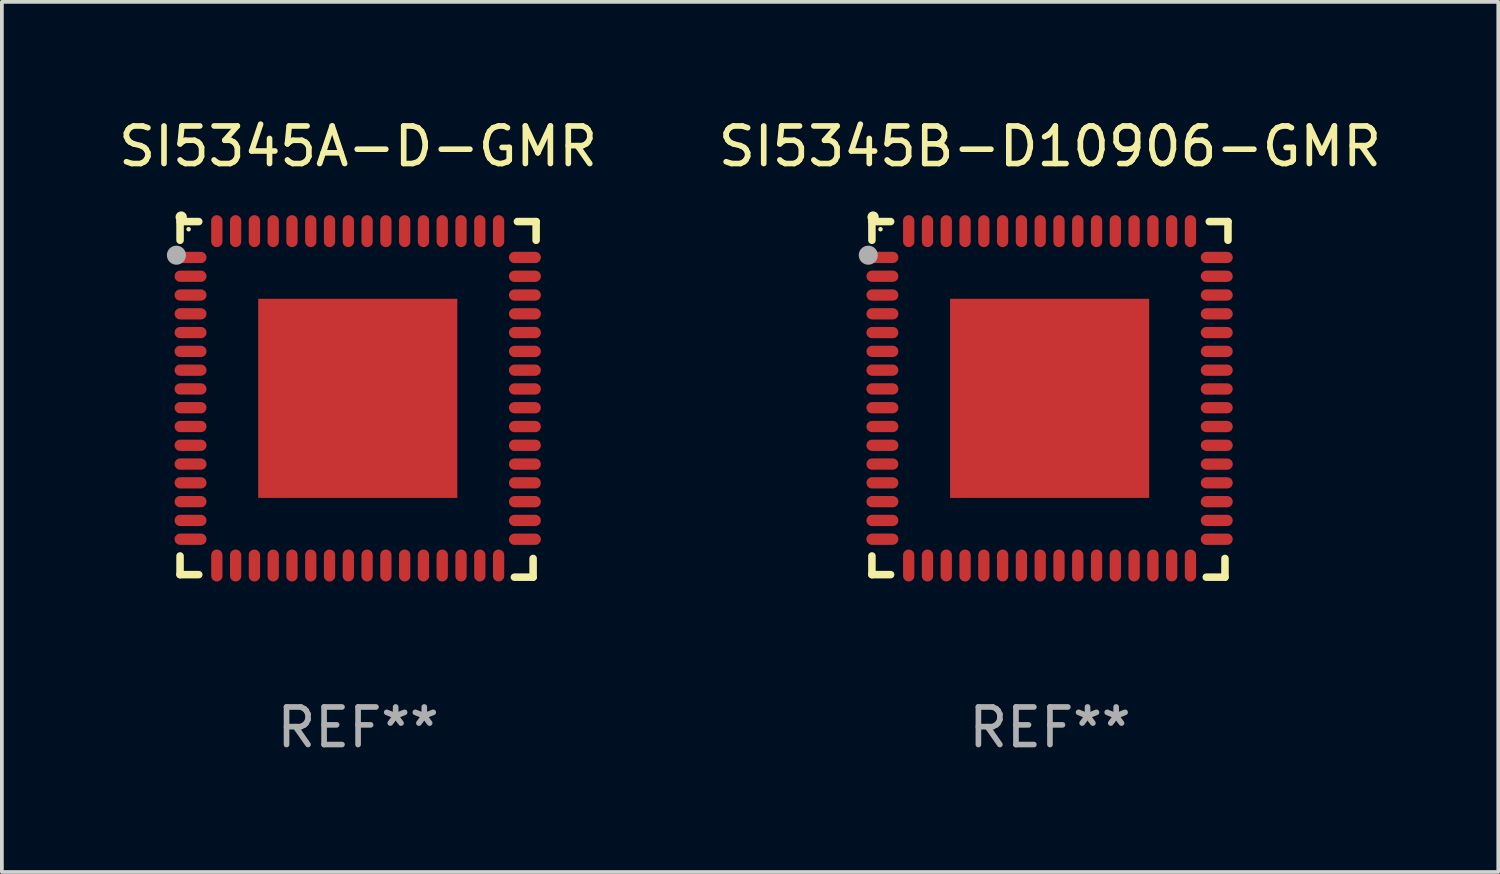
<source format=kicad_pcb>
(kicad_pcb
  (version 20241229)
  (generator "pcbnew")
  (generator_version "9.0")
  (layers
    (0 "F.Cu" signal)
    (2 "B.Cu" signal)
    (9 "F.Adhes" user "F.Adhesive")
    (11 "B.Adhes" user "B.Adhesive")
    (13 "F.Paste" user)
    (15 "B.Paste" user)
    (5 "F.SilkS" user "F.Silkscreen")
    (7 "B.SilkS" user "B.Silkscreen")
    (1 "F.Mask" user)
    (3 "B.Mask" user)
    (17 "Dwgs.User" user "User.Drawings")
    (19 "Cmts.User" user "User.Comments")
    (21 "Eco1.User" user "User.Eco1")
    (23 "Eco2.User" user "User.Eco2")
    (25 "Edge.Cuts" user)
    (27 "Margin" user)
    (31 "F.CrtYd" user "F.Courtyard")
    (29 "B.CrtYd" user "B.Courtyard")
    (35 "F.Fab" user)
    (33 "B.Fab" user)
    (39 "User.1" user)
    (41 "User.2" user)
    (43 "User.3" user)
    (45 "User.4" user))
  (footprint "SI5345B-D10906-GMR"
    (layer "F.Cu")
    (at 24.899 7.581)
    (property "Reference" "SI5345B-D10906-GMR" (at 0 -6.733 0) (layer "F.SilkS") (effects (font (size 1 1) (thickness 0.15))))
    (attr through_hole)
    (fp_line (start -4.739 -4.733) (end -4.241 -4.733) (stroke (width 0.2) (type solid)) (layer "F.SilkS"))
    (fp_line (start -4.739 -4.235) (end -4.739 -4.733) (stroke (width 0.2) (type solid)) (layer "F.SilkS"))
    (fp_line (start -4.739 4.168) (end -4.739 4.665) (stroke (width 0.2) (type solid)) (layer "F.SilkS"))
    (fp_line (start -4.739 4.665) (end -4.241 4.665) (stroke (width 0.2) (type solid)) (layer "F.SilkS"))
    (fp_line (start 4.161 4.733) (end 4.659 4.733) (stroke (width 0.2) (type solid)) (layer "F.SilkS"))
    (fp_line (start 4.241 -4.733) (end 4.739 -4.733) (stroke (width 0.2) (type solid)) (layer "F.SilkS"))
    (fp_line (start 4.659 4.733) (end 4.659 4.235) (stroke (width 0.2) (type solid)) (layer "F.SilkS"))
    (fp_line (start 4.739 -4.733) (end 4.739 -4.235) (stroke (width 0.2) (type solid)) (layer "F.SilkS"))
    (fp_arc (start -4.708623 -4.85108) (mid -4.708628 -4.85235) (end -4.708623 -4.85362) (stroke (width 0.3) (type solid)) (layer "F.SilkS"))
    (fp_circle (center -4.511 -4.529) (end -4.481 -4.529) (stroke (width 0.06) (type solid)) (fill no) (layer "F.SilkS"))
    (fp_circle (center -4.836 -3.838) (end -4.709 -3.838) (stroke (width 0.254) (type solid)) (fill no) (layer "F.Fab"))
    (fp_text user "REF**" (at 0 8.733 0) (layer "F.Fab") (effects (font (size 1 1) (thickness 0.15))))
    (pad "1" smd oval (at -4.46 -3.778) (size 0.85 0.3) (layers "F.Cu" "F.Mask" "F.Paste"))
    (pad "2" smd oval (at -4.46 -3.278) (size 0.85 0.3) (layers "F.Cu" "F.Mask" "F.Paste"))
    (pad "3" smd oval (at -4.46 -2.778) (size 0.85 0.3) (layers "F.Cu" "F.Mask" "F.Paste"))
    (pad "4" smd oval (at -4.46 -2.278) (size 0.85 0.3) (layers "F.Cu" "F.Mask" "F.Paste"))
    (pad "5" smd oval (at -4.46 -1.778) (size 0.85 0.3) (layers "F.Cu" "F.Mask" "F.Paste"))
    (pad "6" smd oval (at -4.46 -1.278) (size 0.85 0.3) (layers "F.Cu" "F.Mask" "F.Paste"))
    (pad "7" smd oval (at -4.46 -0.778) (size 0.85 0.3) (layers "F.Cu" "F.Mask" "F.Paste"))
    (pad "8" smd oval (at -4.46 -0.278) (size 0.85 0.3) (layers "F.Cu" "F.Mask" "F.Paste"))
    (pad "9" smd oval (at -4.46 0.222) (size 0.85 0.3) (layers "F.Cu" "F.Mask" "F.Paste"))
    (pad "10" smd oval (at -4.46 0.722) (size 0.85 0.3) (layers "F.Cu" "F.Mask" "F.Paste"))
    (pad "11" smd oval (at -4.46 1.222) (size 0.85 0.3) (layers "F.Cu" "F.Mask" "F.Paste"))
    (pad "12" smd oval (at -4.46 1.722) (size 0.85 0.3) (layers "F.Cu" "F.Mask" "F.Paste"))
    (pad "13" smd oval (at -4.46 2.222) (size 0.85 0.3) (layers "F.Cu" "F.Mask" "F.Paste"))
    (pad "14" smd oval (at -4.46 2.722) (size 0.85 0.3) (layers "F.Cu" "F.Mask" "F.Paste"))
    (pad "15" smd oval (at -4.46 3.222) (size 0.85 0.3) (layers "F.Cu" "F.Mask" "F.Paste"))
    (pad "16" smd oval (at -4.46 3.722) (size 0.85 0.3) (layers "F.Cu" "F.Mask" "F.Paste"))
    (pad "17" smd oval (at -3.76 4.422) (size 0.3 0.85) (layers "F.Cu" "F.Mask" "F.Paste"))
    (pad "18" smd oval (at -3.26 4.422) (size 0.3 0.85) (layers "F.Cu" "F.Mask" "F.Paste"))
    (pad "19" smd oval (at -2.76 4.422) (size 0.3 0.85) (layers "F.Cu" "F.Mask" "F.Paste"))
    (pad "20" smd oval (at -2.26 4.422) (size 0.3 0.85) (layers "F.Cu" "F.Mask" "F.Paste"))
    (pad "21" smd oval (at -1.76 4.422) (size 0.3 0.85) (layers "F.Cu" "F.Mask" "F.Paste"))
    (pad "22" smd oval (at -1.26 4.422) (size 0.3 0.85) (layers "F.Cu" "F.Mask" "F.Paste"))
    (pad "23" smd oval (at -0.76 4.422) (size 0.3 0.85) (layers "F.Cu" "F.Mask" "F.Paste"))
    (pad "24" smd oval (at -0.26 4.422) (size 0.3 0.85) (layers "F.Cu" "F.Mask" "F.Paste"))
    (pad "25" smd oval (at 0.24 4.422) (size 0.3 0.85) (layers "F.Cu" "F.Mask" "F.Paste"))
    (pad "26" smd oval (at 0.74 4.422) (size 0.3 0.85) (layers "F.Cu" "F.Mask" "F.Paste"))
    (pad "27" smd oval (at 1.24 4.422) (size 0.3 0.85) (layers "F.Cu" "F.Mask" "F.Paste"))
    (pad "28" smd oval (at 1.74 4.422) (size 0.3 0.85) (layers "F.Cu" "F.Mask" "F.Paste"))
    (pad "29" smd oval (at 2.24 4.422) (size 0.3 0.85) (layers "F.Cu" "F.Mask" "F.Paste"))
    (pad "30" smd oval (at 2.74 4.422) (size 0.3 0.85) (layers "F.Cu" "F.Mask" "F.Paste"))
    (pad "31" smd oval (at 3.24 4.422) (size 0.3 0.85) (layers "F.Cu" "F.Mask" "F.Paste"))
    (pad "32" smd oval (at 3.74 4.422) (size 0.3 0.85) (layers "F.Cu" "F.Mask" "F.Paste"))
    (pad "33" smd oval (at 4.44 3.723) (size 0.85 0.3) (layers "F.Cu" "F.Mask" "F.Paste"))
    (pad "34" smd oval (at 4.44 3.222) (size 0.85 0.3) (layers "F.Cu" "F.Mask" "F.Paste"))
    (pad "35" smd oval (at 4.44 2.723) (size 0.85 0.3) (layers "F.Cu" "F.Mask" "F.Paste"))
    (pad "36" smd oval (at 4.44 2.222) (size 0.85 0.3) (layers "F.Cu" "F.Mask" "F.Paste"))
    (pad "37" smd oval (at 4.44 1.723) (size 0.85 0.3) (layers "F.Cu" "F.Mask" "F.Paste"))
    (pad "38" smd oval (at 4.44 1.222) (size 0.85 0.3) (layers "F.Cu" "F.Mask" "F.Paste"))
    (pad "39" smd oval (at 4.44 0.723) (size 0.85 0.3) (layers "F.Cu" "F.Mask" "F.Paste"))
    (pad "40" smd oval (at 4.44 0.222) (size 0.85 0.3) (layers "F.Cu" "F.Mask" "F.Paste"))
    (pad "41" smd oval (at 4.44 -0.277) (size 0.85 0.3) (layers "F.Cu" "F.Mask" "F.Paste"))
    (pad "42" smd oval (at 4.44 -0.778) (size 0.85 0.3) (layers "F.Cu" "F.Mask" "F.Paste"))
    (pad "43" smd oval (at 4.44 -1.277) (size 0.85 0.3) (layers "F.Cu" "F.Mask" "F.Paste"))
    (pad "44" smd oval (at 4.44 -1.778) (size 0.85 0.3) (layers "F.Cu" "F.Mask" "F.Paste"))
    (pad "45" smd oval (at 4.44 -2.277) (size 0.85 0.3) (layers "F.Cu" "F.Mask" "F.Paste"))
    (pad "46" smd oval (at 4.44 -2.778) (size 0.85 0.3) (layers "F.Cu" "F.Mask" "F.Paste"))
    (pad "47" smd oval (at 4.44 -3.277) (size 0.85 0.3) (layers "F.Cu" "F.Mask" "F.Paste"))
    (pad "48" smd oval (at 4.44 -3.778) (size 0.85 0.3) (layers "F.Cu" "F.Mask" "F.Paste"))
    (pad "49" smd oval (at 3.74 -4.478) (size 0.3 0.85) (layers "F.Cu" "F.Mask" "F.Paste"))
    (pad "50" smd oval (at 3.24 -4.478) (size 0.3 0.85) (layers "F.Cu" "F.Mask" "F.Paste"))
    (pad "51" smd oval (at 2.74 -4.478) (size 0.3 0.85) (layers "F.Cu" "F.Mask" "F.Paste"))
    (pad "52" smd oval (at 2.24 -4.478) (size 0.3 0.85) (layers "F.Cu" "F.Mask" "F.Paste"))
    (pad "53" smd oval (at 1.74 -4.478) (size 0.3 0.85) (layers "F.Cu" "F.Mask" "F.Paste"))
    (pad "54" smd oval (at 1.24 -4.478) (size 0.3 0.85) (layers "F.Cu" "F.Mask" "F.Paste"))
    (pad "55" smd oval (at 0.74 -4.478) (size 0.3 0.85) (layers "F.Cu" "F.Mask" "F.Paste"))
    (pad "56" smd oval (at 0.24 -4.478) (size 0.3 0.85) (layers "F.Cu" "F.Mask" "F.Paste"))
    (pad "57" smd oval (at -0.26 -4.478) (size 0.3 0.85) (layers "F.Cu" "F.Mask" "F.Paste"))
    (pad "58" smd oval (at -0.76 -4.478) (size 0.3 0.85) (layers "F.Cu" "F.Mask" "F.Paste"))
    (pad "59" smd oval (at -1.26 -4.478) (size 0.3 0.85) (layers "F.Cu" "F.Mask" "F.Paste"))
    (pad "60" smd oval (at -1.76 -4.478) (size 0.3 0.85) (layers "F.Cu" "F.Mask" "F.Paste"))
    (pad "61" smd oval (at -2.26 -4.478) (size 0.3 0.85) (layers "F.Cu" "F.Mask" "F.Paste"))
    (pad "62" smd oval (at -2.76 -4.478) (size 0.3 0.85) (layers "F.Cu" "F.Mask" "F.Paste"))
    (pad "63" smd oval (at -3.26 -4.478) (size 0.3 0.85) (layers "F.Cu" "F.Mask" "F.Paste"))
    (pad "64" smd oval (at -3.76 -4.478) (size 0.3 0.85) (layers "F.Cu" "F.Mask" "F.Paste"))
    (pad "65" smd rect (at -0.009 -0.028 90) (size 5.3 5.3) (layers "F.Cu" "F.Mask" "F.Paste")))
  (footprint "SI5345A-D-GMR"
    (layer "F.Cu")
    (at 6.482 7.581)
    (property "Reference" "SI5345A-D-GMR" (at 0 -6.733 0) (layer "F.SilkS") (effects (font (size 1 1) (thickness 0.15))))
    (attr through_hole)
    (fp_line (start -4.739 -4.733) (end -4.241 -4.733) (stroke (width 0.2) (type solid)) (layer "F.SilkS"))
    (fp_line (start -4.739 -4.235) (end -4.739 -4.733) (stroke (width 0.2) (type solid)) (layer "F.SilkS"))
    (fp_line (start -4.739 4.168) (end -4.739 4.665) (stroke (width 0.2) (type solid)) (layer "F.SilkS"))
    (fp_line (start -4.739 4.665) (end -4.241 4.665) (stroke (width 0.2) (type solid)) (layer "F.SilkS"))
    (fp_line (start 4.161 4.733) (end 4.659 4.733) (stroke (width 0.2) (type solid)) (layer "F.SilkS"))
    (fp_line (start 4.241 -4.733) (end 4.739 -4.733) (stroke (width 0.2) (type solid)) (layer "F.SilkS"))
    (fp_line (start 4.659 4.733) (end 4.659 4.235) (stroke (width 0.2) (type solid)) (layer "F.SilkS"))
    (fp_line (start 4.739 -4.733) (end 4.739 -4.235) (stroke (width 0.2) (type solid)) (layer "F.SilkS"))
    (fp_arc (start -4.708623 -4.85108) (mid -4.708628 -4.85235) (end -4.708623 -4.85362) (stroke (width 0.3) (type solid)) (layer "F.SilkS"))
    (fp_circle (center -4.511 -4.529) (end -4.481 -4.529) (stroke (width 0.06) (type solid)) (fill no) (layer "F.SilkS"))
    (fp_circle (center -4.836 -3.838) (end -4.709 -3.838) (stroke (width 0.254) (type solid)) (fill no) (layer "F.Fab"))
    (fp_text user "REF**" (at 0 8.733 0) (layer "F.Fab") (effects (font (size 1 1) (thickness 0.15))))
    (pad "1" smd oval (at -4.46 -3.778) (size 0.85 0.3) (layers "F.Cu" "F.Mask" "F.Paste"))
    (pad "2" smd oval (at -4.46 -3.278) (size 0.85 0.3) (layers "F.Cu" "F.Mask" "F.Paste"))
    (pad "3" smd oval (at -4.46 -2.778) (size 0.85 0.3) (layers "F.Cu" "F.Mask" "F.Paste"))
    (pad "4" smd oval (at -4.46 -2.278) (size 0.85 0.3) (layers "F.Cu" "F.Mask" "F.Paste"))
    (pad "5" smd oval (at -4.46 -1.778) (size 0.85 0.3) (layers "F.Cu" "F.Mask" "F.Paste"))
    (pad "6" smd oval (at -4.46 -1.278) (size 0.85 0.3) (layers "F.Cu" "F.Mask" "F.Paste"))
    (pad "7" smd oval (at -4.46 -0.778) (size 0.85 0.3) (layers "F.Cu" "F.Mask" "F.Paste"))
    (pad "8" smd oval (at -4.46 -0.278) (size 0.85 0.3) (layers "F.Cu" "F.Mask" "F.Paste"))
    (pad "9" smd oval (at -4.46 0.222) (size 0.85 0.3) (layers "F.Cu" "F.Mask" "F.Paste"))
    (pad "10" smd oval (at -4.46 0.722) (size 0.85 0.3) (layers "F.Cu" "F.Mask" "F.Paste"))
    (pad "11" smd oval (at -4.46 1.222) (size 0.85 0.3) (layers "F.Cu" "F.Mask" "F.Paste"))
    (pad "12" smd oval (at -4.46 1.722) (size 0.85 0.3) (layers "F.Cu" "F.Mask" "F.Paste"))
    (pad "13" smd oval (at -4.46 2.222) (size 0.85 0.3) (layers "F.Cu" "F.Mask" "F.Paste"))
    (pad "14" smd oval (at -4.46 2.722) (size 0.85 0.3) (layers "F.Cu" "F.Mask" "F.Paste"))
    (pad "15" smd oval (at -4.46 3.222) (size 0.85 0.3) (layers "F.Cu" "F.Mask" "F.Paste"))
    (pad "16" smd oval (at -4.46 3.722) (size 0.85 0.3) (layers "F.Cu" "F.Mask" "F.Paste"))
    (pad "17" smd oval (at -3.76 4.422) (size 0.3 0.85) (layers "F.Cu" "F.Mask" "F.Paste"))
    (pad "18" smd oval (at -3.26 4.422) (size 0.3 0.85) (layers "F.Cu" "F.Mask" "F.Paste"))
    (pad "19" smd oval (at -2.76 4.422) (size 0.3 0.85) (layers "F.Cu" "F.Mask" "F.Paste"))
    (pad "20" smd oval (at -2.26 4.422) (size 0.3 0.85) (layers "F.Cu" "F.Mask" "F.Paste"))
    (pad "21" smd oval (at -1.76 4.422) (size 0.3 0.85) (layers "F.Cu" "F.Mask" "F.Paste"))
    (pad "22" smd oval (at -1.26 4.422) (size 0.3 0.85) (layers "F.Cu" "F.Mask" "F.Paste"))
    (pad "23" smd oval (at -0.76 4.422) (size 0.3 0.85) (layers "F.Cu" "F.Mask" "F.Paste"))
    (pad "24" smd oval (at -0.26 4.422) (size 0.3 0.85) (layers "F.Cu" "F.Mask" "F.Paste"))
    (pad "25" smd oval (at 0.24 4.422) (size 0.3 0.85) (layers "F.Cu" "F.Mask" "F.Paste"))
    (pad "26" smd oval (at 0.74 4.422) (size 0.3 0.85) (layers "F.Cu" "F.Mask" "F.Paste"))
    (pad "27" smd oval (at 1.24 4.422) (size 0.3 0.85) (layers "F.Cu" "F.Mask" "F.Paste"))
    (pad "28" smd oval (at 1.74 4.422) (size 0.3 0.85) (layers "F.Cu" "F.Mask" "F.Paste"))
    (pad "29" smd oval (at 2.24 4.422) (size 0.3 0.85) (layers "F.Cu" "F.Mask" "F.Paste"))
    (pad "30" smd oval (at 2.74 4.422) (size 0.3 0.85) (layers "F.Cu" "F.Mask" "F.Paste"))
    (pad "31" smd oval (at 3.24 4.422) (size 0.3 0.85) (layers "F.Cu" "F.Mask" "F.Paste"))
    (pad "32" smd oval (at 3.74 4.422) (size 0.3 0.85) (layers "F.Cu" "F.Mask" "F.Paste"))
    (pad "33" smd oval (at 4.44 3.723) (size 0.85 0.3) (layers "F.Cu" "F.Mask" "F.Paste"))
    (pad "34" smd oval (at 4.44 3.222) (size 0.85 0.3) (layers "F.Cu" "F.Mask" "F.Paste"))
    (pad "35" smd oval (at 4.44 2.723) (size 0.85 0.3) (layers "F.Cu" "F.Mask" "F.Paste"))
    (pad "36" smd oval (at 4.44 2.222) (size 0.85 0.3) (layers "F.Cu" "F.Mask" "F.Paste"))
    (pad "37" smd oval (at 4.44 1.723) (size 0.85 0.3) (layers "F.Cu" "F.Mask" "F.Paste"))
    (pad "38" smd oval (at 4.44 1.222) (size 0.85 0.3) (layers "F.Cu" "F.Mask" "F.Paste"))
    (pad "39" smd oval (at 4.44 0.723) (size 0.85 0.3) (layers "F.Cu" "F.Mask" "F.Paste"))
    (pad "40" smd oval (at 4.44 0.222) (size 0.85 0.3) (layers "F.Cu" "F.Mask" "F.Paste"))
    (pad "41" smd oval (at 4.44 -0.277) (size 0.85 0.3) (layers "F.Cu" "F.Mask" "F.Paste"))
    (pad "42" smd oval (at 4.44 -0.778) (size 0.85 0.3) (layers "F.Cu" "F.Mask" "F.Paste"))
    (pad "43" smd oval (at 4.44 -1.277) (size 0.85 0.3) (layers "F.Cu" "F.Mask" "F.Paste"))
    (pad "44" smd oval (at 4.44 -1.778) (size 0.85 0.3) (layers "F.Cu" "F.Mask" "F.Paste"))
    (pad "45" smd oval (at 4.44 -2.277) (size 0.85 0.3) (layers "F.Cu" "F.Mask" "F.Paste"))
    (pad "46" smd oval (at 4.44 -2.778) (size 0.85 0.3) (layers "F.Cu" "F.Mask" "F.Paste"))
    (pad "47" smd oval (at 4.44 -3.277) (size 0.85 0.3) (layers "F.Cu" "F.Mask" "F.Paste"))
    (pad "48" smd oval (at 4.44 -3.778) (size 0.85 0.3) (layers "F.Cu" "F.Mask" "F.Paste"))
    (pad "49" smd oval (at 3.74 -4.478) (size 0.3 0.85) (layers "F.Cu" "F.Mask" "F.Paste"))
    (pad "50" smd oval (at 3.24 -4.478) (size 0.3 0.85) (layers "F.Cu" "F.Mask" "F.Paste"))
    (pad "51" smd oval (at 2.74 -4.478) (size 0.3 0.85) (layers "F.Cu" "F.Mask" "F.Paste"))
    (pad "52" smd oval (at 2.24 -4.478) (size 0.3 0.85) (layers "F.Cu" "F.Mask" "F.Paste"))
    (pad "53" smd oval (at 1.74 -4.478) (size 0.3 0.85) (layers "F.Cu" "F.Mask" "F.Paste"))
    (pad "54" smd oval (at 1.24 -4.478) (size 0.3 0.85) (layers "F.Cu" "F.Mask" "F.Paste"))
    (pad "55" smd oval (at 0.74 -4.478) (size 0.3 0.85) (layers "F.Cu" "F.Mask" "F.Paste"))
    (pad "56" smd oval (at 0.24 -4.478) (size 0.3 0.85) (layers "F.Cu" "F.Mask" "F.Paste"))
    (pad "57" smd oval (at -0.26 -4.478) (size 0.3 0.85) (layers "F.Cu" "F.Mask" "F.Paste"))
    (pad "58" smd oval (at -0.76 -4.478) (size 0.3 0.85) (layers "F.Cu" "F.Mask" "F.Paste"))
    (pad "59" smd oval (at -1.26 -4.478) (size 0.3 0.85) (layers "F.Cu" "F.Mask" "F.Paste"))
    (pad "60" smd oval (at -1.76 -4.478) (size 0.3 0.85) (layers "F.Cu" "F.Mask" "F.Paste"))
    (pad "61" smd oval (at -2.26 -4.478) (size 0.3 0.85) (layers "F.Cu" "F.Mask" "F.Paste"))
    (pad "62" smd oval (at -2.76 -4.478) (size 0.3 0.85) (layers "F.Cu" "F.Mask" "F.Paste"))
    (pad "63" smd oval (at -3.26 -4.478) (size 0.3 0.85) (layers "F.Cu" "F.Mask" "F.Paste"))
    (pad "64" smd oval (at -3.76 -4.478) (size 0.3 0.85) (layers "F.Cu" "F.Mask" "F.Paste"))
    (pad "65" smd rect (at -0.009 -0.028 90) (size 5.3 5.3) (layers "F.Cu" "F.Mask" "F.Paste")))
  (gr_rect
    (start -3 -3)
    (end 36.833 20.162)
    (stroke (width 0.1) (type default))
    (fill no)
    (layer "Edge.Cuts")))
</source>
